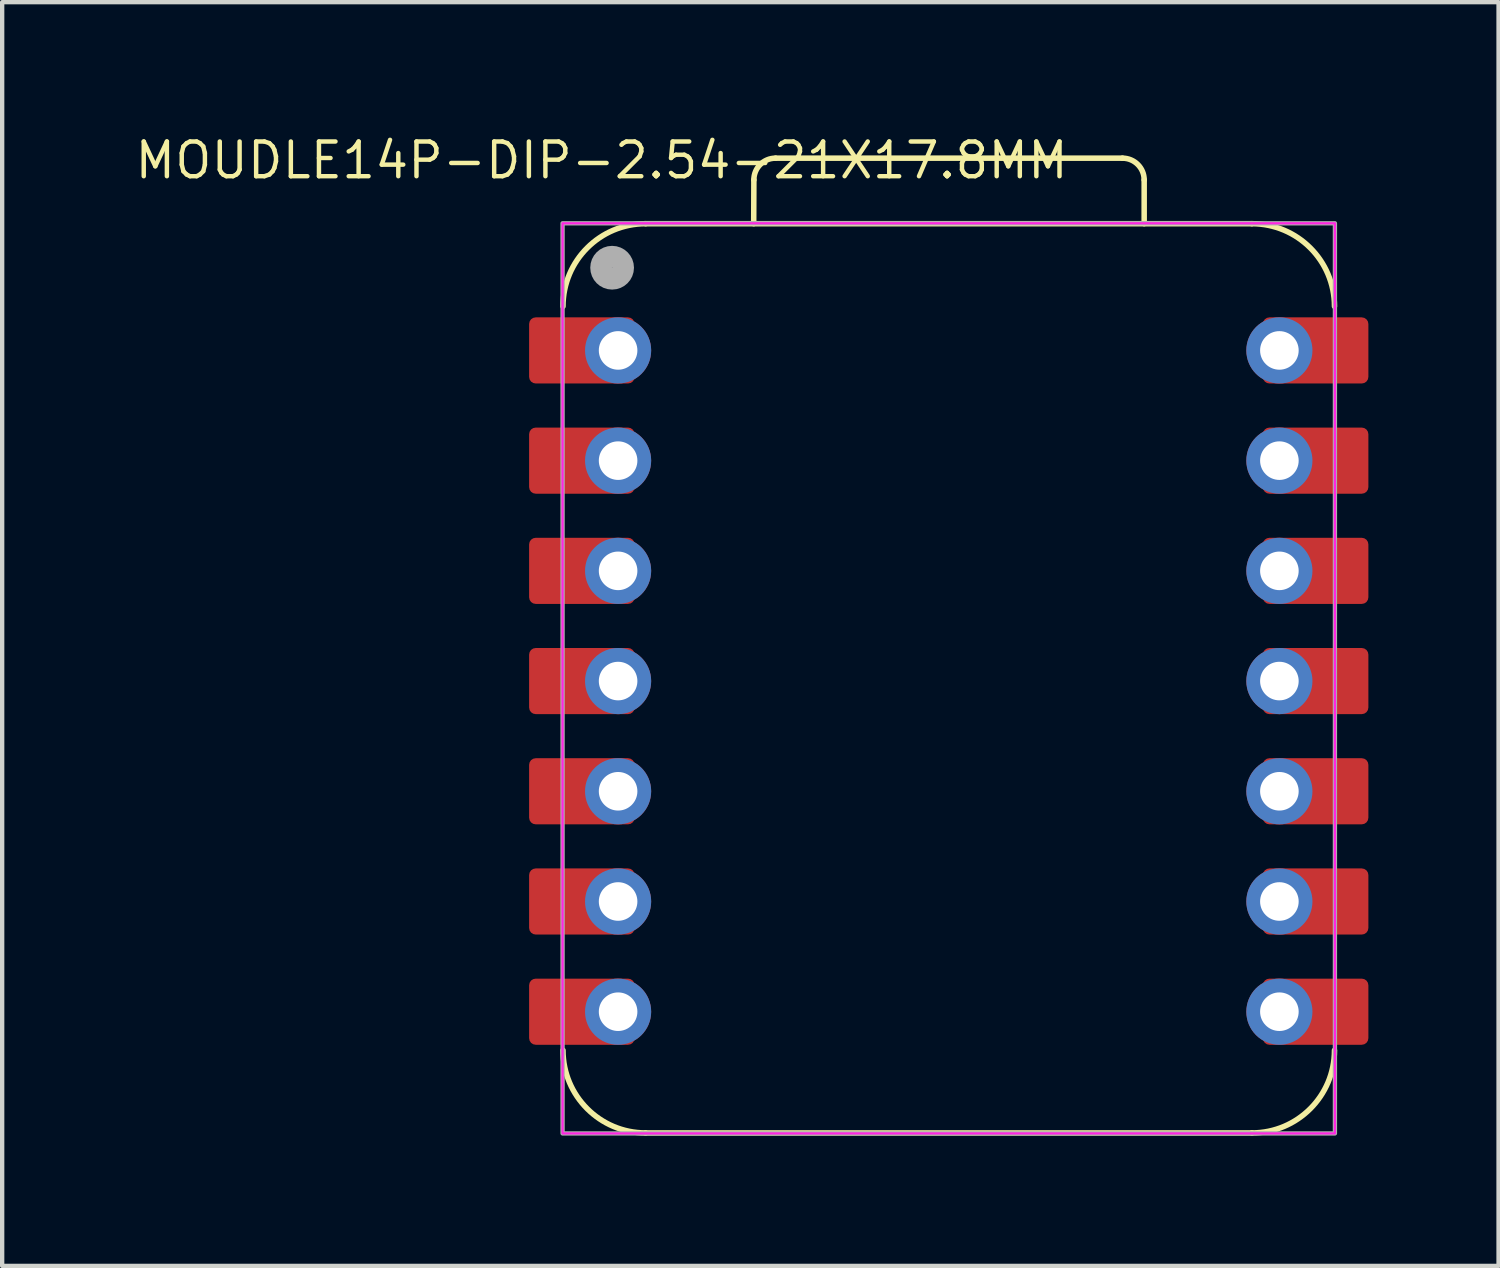
<source format=kicad_pcb>
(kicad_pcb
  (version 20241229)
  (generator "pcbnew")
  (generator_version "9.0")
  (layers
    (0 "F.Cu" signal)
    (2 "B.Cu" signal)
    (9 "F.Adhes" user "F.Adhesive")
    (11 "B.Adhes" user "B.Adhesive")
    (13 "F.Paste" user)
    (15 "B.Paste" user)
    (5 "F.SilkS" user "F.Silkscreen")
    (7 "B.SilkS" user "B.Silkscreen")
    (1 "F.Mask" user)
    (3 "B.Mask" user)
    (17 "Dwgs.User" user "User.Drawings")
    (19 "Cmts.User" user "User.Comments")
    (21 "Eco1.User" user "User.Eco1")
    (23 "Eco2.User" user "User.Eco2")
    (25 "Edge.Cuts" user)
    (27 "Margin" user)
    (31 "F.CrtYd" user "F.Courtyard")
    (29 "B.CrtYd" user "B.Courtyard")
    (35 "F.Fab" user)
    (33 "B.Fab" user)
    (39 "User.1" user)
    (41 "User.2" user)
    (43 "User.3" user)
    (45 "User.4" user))
  (footprint "MOUDLE14P-DIP-2.54-21X17.8MM"
    (layer "F.Cu")
    (at 18.815 12.646)
    (property "Reference" "MOUDLE14P-DIP-2.54-21X17.8MM" (at -8 -12 0) (unlocked yes) (layer "F.SilkS") (effects (font (size 0.8 0.8) (thickness 0.102))))
    (attr through_hole)
    (fp_line (start -6.985 10.414) (end 6.985 10.414) (stroke (width 0.127) (type solid)) (layer "F.SilkS"))
    (fp_line (start -4.495 -10.541) (end -4.491 -11.551) (stroke (width 0.127) (type solid)) (layer "F.SilkS"))
    (fp_line (start -3.991 -12.051) (end 4.004 -12.051) (stroke (width 0.127) (type solid)) (layer "F.SilkS"))
    (fp_line (start 4.504 -11.551) (end 4.504 -10.541) (stroke (width 0.127) (type solid)) (layer "F.SilkS"))
    (fp_line (start 6.985 -10.541) (end -6.985 -10.541) (stroke (width 0.1) (type solid)) (layer "F.SilkS"))
    (fp_line (start 6.985 -10.541) (end -6.985 -10.541) (stroke (width 0.127) (type solid)) (layer "F.SilkS"))
    (fp_arc (start -8.89 -8.636) (mid -8.332038 -9.983038) (end -6.985 -10.541) (stroke (width 0.127) (type solid)) (layer "F.SilkS"))
    (fp_arc (start -6.985 10.414) (mid -8.332038 9.856038) (end -8.89 8.509) (stroke (width 0.127) (type solid)) (layer "F.SilkS"))
    (fp_arc (start -4.491272 -11.551272) (mid -4.344724 -11.904644) (end -3.991272 -12.051) (stroke (width 0.127) (type default)) (layer "F.SilkS"))
    (fp_arc (start 4.004 -12.051) (mid 4.357553 -11.904553) (end 4.504 -11.551) (stroke (width 0.127) (type default)) (layer "F.SilkS"))
    (fp_arc (start 6.985 -10.541) (mid 8.332038 -9.983038) (end 8.89 -8.636) (stroke (width 0.127) (type solid)) (layer "F.SilkS"))
    (fp_arc (start 8.89 8.509) (mid 8.332038 9.856038) (end 6.985 10.414) (stroke (width 0.127) (type solid)) (layer "F.SilkS"))
    (fp_rect (start -8.9 -10.55) (end 8.9 10.425) (stroke (width 0.05) (type default)) (fill no) (layer "F.CrtYd"))
    (fp_rect (start -8.9 -10.55) (end 8.9 10.425) (stroke (width 0.1) (type default)) (fill no) (layer "F.Fab"))
    (fp_circle (center -7.758 -9.526) (end -7.758 -9.78) (stroke (width 0.5) (type solid)) (fill no) (layer "F.Fab"))
    (pad "1" smd roundrect (at -8.455 -7.62 180) (size 2.432 1.524) (layers "F.Cu" "F.Mask") (roundrect_rratio 0.1))
    (pad "1" thru_hole circle (at -7.62 -7.62 180) (size 1.524 1.524) (drill 0.889) (layers "*.Cu" "*.Mask"))
    (pad "2" smd roundrect (at -8.455 -5.08 180) (size 2.432 1.524) (layers "F.Cu" "F.Mask") (roundrect_rratio 0.1))
    (pad "2" thru_hole circle (at -7.62 -5.08 180) (size 1.524 1.524) (drill 0.889) (layers "*.Cu" "*.Mask"))
    (pad "3" smd roundrect (at -8.455 -2.54 180) (size 2.432 1.524) (layers "F.Cu" "F.Mask") (roundrect_rratio 0.1))
    (pad "3" thru_hole circle (at -7.62 -2.54 180) (size 1.524 1.524) (drill 0.889) (layers "*.Cu" "*.Mask"))
    (pad "4" smd roundrect (at -8.455 0 180) (size 2.432 1.524) (layers "F.Cu" "F.Mask") (roundrect_rratio 0.1))
    (pad "4" thru_hole circle (at -7.62 0 180) (size 1.524 1.524) (drill 0.889) (layers "*.Cu" "*.Mask"))
    (pad "5" smd roundrect (at -8.455 2.54 180) (size 2.432 1.524) (layers "F.Cu" "F.Mask") (roundrect_rratio 0.1))
    (pad "5" thru_hole circle (at -7.62 2.54 180) (size 1.524 1.524) (drill 0.889) (layers "*.Cu" "*.Mask"))
    (pad "6" smd roundrect (at -8.455 5.08 180) (size 2.432 1.524) (layers "F.Cu" "F.Mask") (roundrect_rratio 0.1))
    (pad "6" thru_hole circle (at -7.62 5.08 180) (size 1.524 1.524) (drill 0.889) (layers "*.Cu" "*.Mask"))
    (pad "7" smd roundrect (at -8.455 7.62 180) (size 2.432 1.524) (layers "F.Cu" "F.Mask") (roundrect_rratio 0.1))
    (pad "7" thru_hole circle (at -7.62 7.62 180) (size 1.524 1.524) (drill 0.889) (layers "*.Cu" "*.Mask"))
    (pad "8" thru_hole circle (at 7.62 7.62) (size 1.524 1.524) (drill 0.889) (layers "*.Cu" "*.Mask"))
    (pad "8" smd roundrect (at 8.455 7.62) (size 2.432 1.524) (layers "F.Cu" "F.Mask") (roundrect_rratio 0.1))
    (pad "9" thru_hole circle (at 7.62 5.08) (size 1.524 1.524) (drill 0.889) (layers "*.Cu" "*.Mask"))
    (pad "9" smd roundrect (at 8.455 5.08) (size 2.432 1.524) (layers "F.Cu" "F.Mask") (roundrect_rratio 0.1))
    (pad "10" thru_hole circle (at 7.62 2.54) (size 1.524 1.524) (drill 0.889) (layers "*.Cu" "*.Mask"))
    (pad "10" smd roundrect (at 8.455 2.54) (size 2.432 1.524) (layers "F.Cu" "F.Mask") (roundrect_rratio 0.1))
    (pad "11" thru_hole circle (at 7.62 0) (size 1.524 1.524) (drill 0.889) (layers "*.Cu" "*.Mask"))
    (pad "11" smd roundrect (at 8.455 0) (size 2.432 1.524) (layers "F.Cu" "F.Mask") (roundrect_rratio 0.1))
    (pad "12" thru_hole circle (at 7.62 -2.54) (size 1.524 1.524) (drill 0.889) (layers "*.Cu" "*.Mask"))
    (pad "12" smd roundrect (at 8.455 -2.54) (size 2.432 1.524) (layers "F.Cu" "F.Mask") (roundrect_rratio 0.1))
    (pad "13" thru_hole circle (at 7.62 -5.08) (size 1.524 1.524) (drill 0.889) (layers "*.Cu" "*.Mask"))
    (pad "13" smd roundrect (at 8.455 -5.08) (size 2.432 1.524) (layers "F.Cu" "F.Mask") (roundrect_rratio 0.1))
    (pad "14" thru_hole circle (at 7.62 -7.62) (size 1.524 1.524) (drill 0.889) (layers "*.Cu" "*.Mask"))
    (pad "14" smd roundrect (at 8.455 -7.62) (size 2.432 1.524) (layers "F.Cu" "F.Mask") (roundrect_rratio 0.1)))
  (gr_rect
    (start -3 -3)
    (end 31.486 26.124)
    (stroke (width 0.1) (type default))
    (fill no)
    (layer "Edge.Cuts")))
</source>
